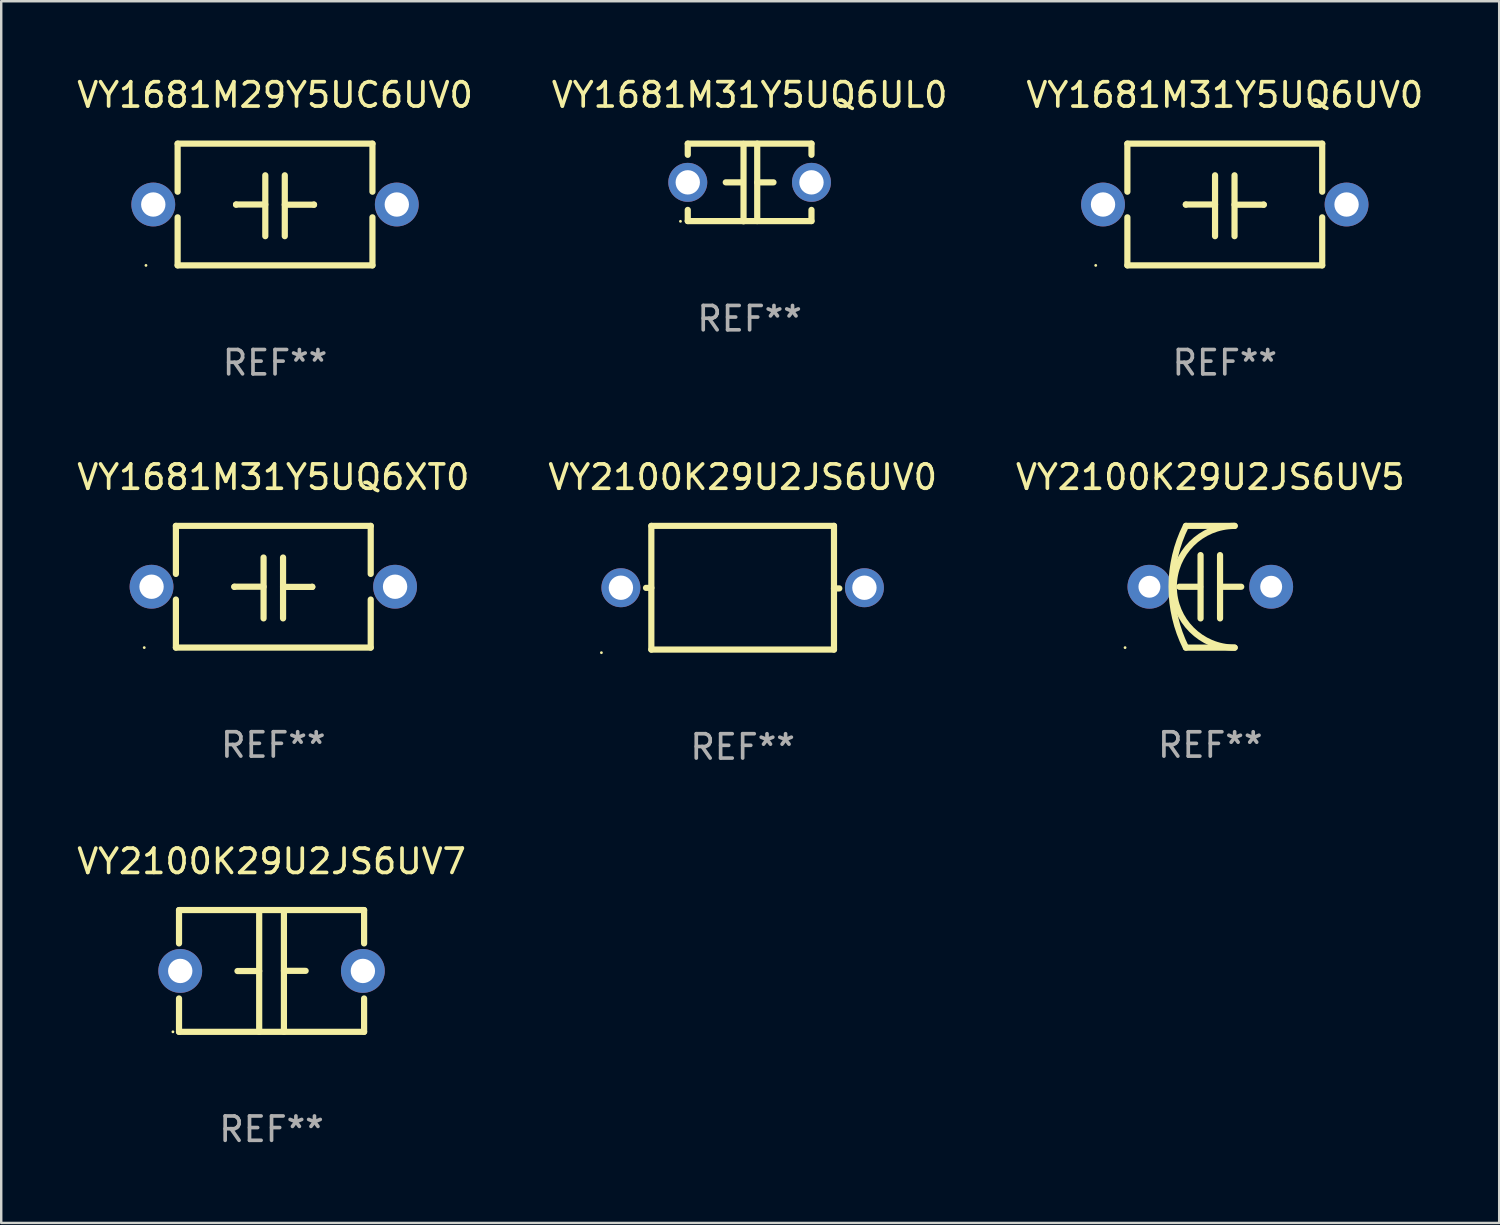
<source format=kicad_pcb>
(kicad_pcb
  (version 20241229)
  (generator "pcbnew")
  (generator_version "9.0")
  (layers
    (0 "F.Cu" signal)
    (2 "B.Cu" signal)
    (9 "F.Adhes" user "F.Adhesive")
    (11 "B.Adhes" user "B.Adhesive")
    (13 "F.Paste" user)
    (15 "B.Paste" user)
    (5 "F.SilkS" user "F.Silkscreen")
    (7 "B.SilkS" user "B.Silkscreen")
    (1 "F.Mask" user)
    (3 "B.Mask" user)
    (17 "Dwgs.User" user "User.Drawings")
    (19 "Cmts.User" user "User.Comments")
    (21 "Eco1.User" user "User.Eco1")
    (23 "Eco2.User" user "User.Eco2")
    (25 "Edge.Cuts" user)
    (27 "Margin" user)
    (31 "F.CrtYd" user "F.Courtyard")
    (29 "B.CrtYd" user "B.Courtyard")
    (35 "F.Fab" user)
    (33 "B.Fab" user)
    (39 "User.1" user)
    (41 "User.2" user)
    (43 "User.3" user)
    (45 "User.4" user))
  (footprint "VY1681M29Y5UC6UV0"
    (layer "F.Cu")
    (at 8.244 5.348)
    (property "Reference" "VY1681M29Y5UC6UV0" (at 0 -4.499 0) (layer "F.SilkS") (effects (font (size 1 1) (thickness 0.15))))
    (attr through_hole)
    (fp_line (start -4 -2.499) (end -4 -0.526) (stroke (width 0.254) (type solid)) (layer "F.SilkS"))
    (fp_line (start -4 -2.499) (end 4 -2.499) (stroke (width 0.254) (type solid)) (layer "F.SilkS"))
    (fp_line (start -4 0.526) (end -4 2.499) (stroke (width 0.254) (type solid)) (layer "F.SilkS"))
    (fp_line (start -1.6 0) (end -1.6 0.007) (stroke (width 0.254) (type solid)) (layer "F.SilkS"))
    (fp_line (start -0.4 0) (end -1.6 0) (stroke (width 0.254) (type solid)) (layer "F.SilkS"))
    (fp_line (start -0.4 1.3) (end -0.4 -1.2) (stroke (width 0.254) (type solid)) (layer "F.SilkS"))
    (fp_line (start 0.4 -1.2) (end 0.4 1.3) (stroke (width 0.254) (type solid)) (layer "F.SilkS"))
    (fp_line (start 0.4 0.007) (end 1.6 0.007) (stroke (width 0.254) (type solid)) (layer "F.SilkS"))
    (fp_line (start 1.6 0.007) (end 1.6 0) (stroke (width 0.254) (type solid)) (layer "F.SilkS"))
    (fp_line (start 4 -2.499) (end 4 -0.526) (stroke (width 0.254) (type solid)) (layer "F.SilkS"))
    (fp_line (start 4 0.526) (end 4 2.499) (stroke (width 0.254) (type solid)) (layer "F.SilkS"))
    (fp_line (start 4 2.499) (end -4 2.499) (stroke (width 0.254) (type solid)) (layer "F.SilkS"))
    (fp_circle (center -5.3 2.5) (end -5.27 2.5) (stroke (width 0.06) (type solid)) (fill no) (layer "F.SilkS"))
    (fp_text user "REF**" (at 0 6.499 0) (layer "F.Fab") (effects (font (size 1 1) (thickness 0.15))))
    (pad "1" thru_hole circle (at -5 0) (size 1.8 1.8) (drill 1) (layers "*.Cu" "*.Mask"))
    (pad "2" thru_hole circle (at 5 0) (size 1.8 1.8) (drill 1) (layers "*.Cu" "*.Mask")))
  (footprint "VY1681M31Y5UQ6XT0"
    (layer "F.Cu")
    (at 8.173 21.043)
    (property "Reference" "VY1681M31Y5UQ6XT0" (at 0 -4.499 0) (layer "F.SilkS") (effects (font (size 1 1) (thickness 0.15))))
    (attr through_hole)
    (fp_line (start -4 -2.499) (end -4 -0.526) (stroke (width 0.254) (type solid)) (layer "F.SilkS"))
    (fp_line (start -4 -2.499) (end 4 -2.499) (stroke (width 0.254) (type solid)) (layer "F.SilkS"))
    (fp_line (start -4 0.526) (end -4 2.499) (stroke (width 0.254) (type solid)) (layer "F.SilkS"))
    (fp_line (start -1.6 0) (end -1.6 0.007) (stroke (width 0.254) (type solid)) (layer "F.SilkS"))
    (fp_line (start -0.4 0) (end -1.6 0) (stroke (width 0.254) (type solid)) (layer "F.SilkS"))
    (fp_line (start -0.4 1.3) (end -0.4 -1.2) (stroke (width 0.254) (type solid)) (layer "F.SilkS"))
    (fp_line (start 0.4 -1.2) (end 0.4 1.3) (stroke (width 0.254) (type solid)) (layer "F.SilkS"))
    (fp_line (start 0.4 0.007) (end 1.6 0.007) (stroke (width 0.254) (type solid)) (layer "F.SilkS"))
    (fp_line (start 1.6 0.007) (end 1.6 0) (stroke (width 0.254) (type solid)) (layer "F.SilkS"))
    (fp_line (start 4 -2.499) (end 4 -0.526) (stroke (width 0.254) (type solid)) (layer "F.SilkS"))
    (fp_line (start 4 0.526) (end 4 2.499) (stroke (width 0.254) (type solid)) (layer "F.SilkS"))
    (fp_line (start 4 2.499) (end -4 2.499) (stroke (width 0.254) (type solid)) (layer "F.SilkS"))
    (fp_circle (center -5.3 2.5) (end -5.27 2.5) (stroke (width 0.06) (type solid)) (fill no) (layer "F.SilkS"))
    (fp_text user "REF**" (at 0 6.499 0) (layer "F.Fab") (effects (font (size 1 1) (thickness 0.15))))
    (pad "1" thru_hole circle (at -5 0) (size 1.8 1.8) (drill 1) (layers "*.Cu" "*.Mask"))
    (pad "2" thru_hole circle (at 5 0) (size 1.8 1.8) (drill 1) (layers "*.Cu" "*.Mask")))
  (footprint "VY2100K29U2JS6UV5"
    (layer "F.Cu")
    (at 46.649 21.044)
    (property "Reference" "VY2100K29U2JS6UV5" (at 0 -4.5 0) (layer "F.SilkS") (effects (font (size 1 1) (thickness 0.15))))
    (attr through_hole)
    (fp_line (start -1 -2.5) (end 1 -2.5) (stroke (width 0.254) (type solid)) (layer "F.SilkS"))
    (fp_line (start -1 2.5) (end 1 2.5) (stroke (width 0.254) (type solid)) (layer "F.SilkS"))
    (fp_line (start -0.416 0) (end -1.27 0) (stroke (width 0.254) (type solid)) (layer "F.SilkS"))
    (fp_line (start -0.4 -1.3) (end -0.4 1.3) (stroke (width 0.254) (type solid)) (layer "F.SilkS"))
    (fp_line (start 0.4 1.3) (end 0.4 -1.3) (stroke (width 0.254) (type solid)) (layer "F.SilkS"))
    (fp_line (start 0.416 0) (end 1.27 0) (stroke (width 0.254) (type solid)) (layer "F.SilkS"))
    (fp_arc (start -1.000762 2.499365) (mid -1.590595 -0.000407) (end -1 -2.5) (stroke (width 0.254001) (type solid)) (layer "F.SilkS"))
    (fp_arc (start 1 2.5) (mid -1.498907 -0.000064) (end 1.000763 -2.499364) (stroke (width 0.254001) (type solid)) (layer "F.SilkS"))
    (fp_circle (center -3.5 2.5) (end -3.47 2.5) (stroke (width 0.06) (type solid)) (fill no) (layer "F.SilkS"))
    (fp_text user "REF**" (at 0 6.5 0) (layer "F.Fab") (effects (font (size 1 1) (thickness 0.15))))
    (pad "1" thru_hole circle (at -2.5 0) (size 1.8 1.8) (drill 0.9) (layers "*.Cu" "*.Mask"))
    (pad "2" thru_hole circle (at 2.5 0) (size 1.8 1.8) (drill 0.9) (layers "*.Cu" "*.Mask")))
  (footprint "VY1681M31Y5UQ6UL0"
    (layer "F.Cu")
    (at 27.732 4.443)
    (property "Reference" "VY1681M31Y5UQ6UL0" (at 0 -3.595 0) (layer "F.SilkS") (effects (font (size 1 1) (thickness 0.15))))
    (attr through_hole)
    (fp_line (start -2.54 -1.595) (end -2.54 -1.136) (stroke (width 0.254) (type solid)) (layer "F.SilkS"))
    (fp_line (start -2.54 -1.595) (end 2.54 -1.595) (stroke (width 0.254) (type solid)) (layer "F.SilkS"))
    (fp_line (start -2.54 1.126) (end -2.54 1.585) (stroke (width 0.254) (type solid)) (layer "F.SilkS"))
    (fp_line (start -0.312 -0.005) (end -0.98 -0.005) (stroke (width 0.254) (type solid)) (layer "F.SilkS"))
    (fp_line (start -0.25 -1.585) (end -0.25 1.595) (stroke (width 0.254) (type solid)) (layer "F.SilkS"))
    (fp_line (start 0.312 -1.595) (end 0.312 1.585) (stroke (width 0.254) (type solid)) (layer "F.SilkS"))
    (fp_line (start 0.312 -0.005) (end 0.98 -0.005) (stroke (width 0.254) (type solid)) (layer "F.SilkS"))
    (fp_line (start 2.54 -1.595) (end 2.54 -1.136) (stroke (width 0.254) (type solid)) (layer "F.SilkS"))
    (fp_line (start 2.54 1.126) (end 2.54 1.585) (stroke (width 0.254) (type solid)) (layer "F.SilkS"))
    (fp_line (start 2.54 1.585) (end -2.54 1.585) (stroke (width 0.254) (type solid)) (layer "F.SilkS"))
    (fp_circle (center -2.84 1.595) (end -2.81 1.595) (stroke (width 0.06) (type solid)) (fill no) (layer "F.SilkS"))
    (fp_text user "REF**" (at 0 5.595 0) (layer "F.Fab") (effects (font (size 1 1) (thickness 0.15))))
    (pad "1" thru_hole circle (at -2.54 -0.005) (size 1.6 1.6) (drill 1) (layers "*.Cu" "*.Mask"))
    (pad "2" thru_hole circle (at 2.54 -0.005) (size 1.6 1.6) (drill 1) (layers "*.Cu" "*.Mask")))
  (footprint "VY1681M31Y5UQ6UV0"
    (layer "F.Cu")
    (at 47.244 5.348)
    (property "Reference" "VY1681M31Y5UQ6UV0" (at 0 -4.499 0) (layer "F.SilkS") (effects (font (size 1 1) (thickness 0.15))))
    (attr through_hole)
    (fp_line (start -4 -2.499) (end -4 -0.526) (stroke (width 0.254) (type solid)) (layer "F.SilkS"))
    (fp_line (start -4 -2.499) (end 4 -2.499) (stroke (width 0.254) (type solid)) (layer "F.SilkS"))
    (fp_line (start -4 0.526) (end -4 2.499) (stroke (width 0.254) (type solid)) (layer "F.SilkS"))
    (fp_line (start -1.6 0) (end -1.6 0.007) (stroke (width 0.254) (type solid)) (layer "F.SilkS"))
    (fp_line (start -0.4 0) (end -1.6 0) (stroke (width 0.254) (type solid)) (layer "F.SilkS"))
    (fp_line (start -0.4 1.3) (end -0.4 -1.2) (stroke (width 0.254) (type solid)) (layer "F.SilkS"))
    (fp_line (start 0.4 -1.2) (end 0.4 1.3) (stroke (width 0.254) (type solid)) (layer "F.SilkS"))
    (fp_line (start 0.4 0.007) (end 1.6 0.007) (stroke (width 0.254) (type solid)) (layer "F.SilkS"))
    (fp_line (start 1.6 0.007) (end 1.6 0) (stroke (width 0.254) (type solid)) (layer "F.SilkS"))
    (fp_line (start 4 -2.499) (end 4 -0.526) (stroke (width 0.254) (type solid)) (layer "F.SilkS"))
    (fp_line (start 4 0.526) (end 4 2.499) (stroke (width 0.254) (type solid)) (layer "F.SilkS"))
    (fp_line (start 4 2.499) (end -4 2.499) (stroke (width 0.254) (type solid)) (layer "F.SilkS"))
    (fp_circle (center -5.3 2.5) (end -5.27 2.5) (stroke (width 0.06) (type solid)) (fill no) (layer "F.SilkS"))
    (fp_text user "REF**" (at 0 6.499 0) (layer "F.Fab") (effects (font (size 1 1) (thickness 0.15))))
    (pad "1" thru_hole circle (at -5 0) (size 1.8 1.8) (drill 1) (layers "*.Cu" "*.Mask"))
    (pad "2" thru_hole circle (at 5 0) (size 1.8 1.8) (drill 1) (layers "*.Cu" "*.Mask")))
  (footprint "VY2100K29U2JS6UV0"
    (layer "F.Cu")
    (at 27.446 21.084)
    (property "Reference" "VY2100K29U2JS6UV0" (at 0 -4.54 0) (layer "F.SilkS") (effects (font (size 1 1) (thickness 0.15))))
    (attr through_hole)
    (fp_line (start -3.75 -2.54) (end 3.75 -2.54) (stroke (width 0.254) (type solid)) (layer "F.SilkS"))
    (fp_line (start -3.75 0.006) (end -3.969 0.006) (stroke (width 0.254) (type solid)) (layer "F.SilkS"))
    (fp_line (start -3.75 2.54) (end -3.75 -2.54) (stroke (width 0.254) (type solid)) (layer "F.SilkS"))
    (fp_line (start 3.75 -2.54) (end 3.75 2.54) (stroke (width 0.254) (type solid)) (layer "F.SilkS"))
    (fp_line (start 3.75 0.028) (end 3.969 0.028) (stroke (width 0.254) (type solid)) (layer "F.SilkS"))
    (fp_line (start 3.75 2.54) (end -3.75 2.54) (stroke (width 0.254) (type solid)) (layer "F.SilkS"))
    (fp_circle (center -5.8 2.667) (end -5.77 2.667) (stroke (width 0.06) (type solid)) (fill no) (layer "F.SilkS"))
    (fp_text user "REF**" (at 0 6.54 0) (layer "F.Fab") (effects (font (size 1 1) (thickness 0.15))))
    (pad "1" thru_hole circle (at -5 0) (size 1.6 1.6) (drill 1) (layers "*.Cu" "*.Mask"))
    (pad "2" thru_hole circle (at 5 0) (size 1.6 1.6) (drill 1) (layers "*.Cu" "*.Mask")))
  (footprint "VY2100K29U2JS6UV7"
    (layer "F.Cu")
    (at 8.101 36.82)
    (property "Reference" "VY2100K29U2JS6UV7" (at 0 -4.5 0) (layer "F.SilkS") (effects (font (size 1 1) (thickness 0.15))))
    (attr through_hole)
    (fp_line (start -3.8 -2.5) (end -3.8 -1.13) (stroke (width 0.254) (type solid)) (layer "F.SilkS"))
    (fp_line (start -3.8 -2.5) (end 3.8 -2.5) (stroke (width 0.254) (type solid)) (layer "F.SilkS"))
    (fp_line (start -3.8 1.13) (end -3.8 2.5) (stroke (width 0.254) (type solid)) (layer "F.SilkS"))
    (fp_line (start -3.8 2.5) (end 3.8 2.5) (stroke (width 0.254) (type solid)) (layer "F.SilkS"))
    (fp_line (start -0.508 0.004) (end -1.4 0.004) (stroke (width 0.254) (type solid)) (layer "F.SilkS"))
    (fp_line (start -0.508 2.5) (end -0.508 -2.5) (stroke (width 0.254) (type solid)) (layer "F.SilkS"))
    (fp_line (start 0.508 -2.5) (end 0.508 2.5) (stroke (width 0.254) (type solid)) (layer "F.SilkS"))
    (fp_line (start 0.508 -0.004) (end 1.4 -0.004) (stroke (width 0.254) (type solid)) (layer "F.SilkS"))
    (fp_line (start 3.8 -2.5) (end 3.8 -1.13) (stroke (width 0.254) (type solid)) (layer "F.SilkS"))
    (fp_line (start 3.8 1.13) (end 3.8 2.5) (stroke (width 0.254) (type solid)) (layer "F.SilkS"))
    (fp_circle (center -4.05 2.5) (end -4.02 2.5) (stroke (width 0.06) (type solid)) (fill no) (layer "F.SilkS"))
    (fp_text user "REF**" (at 0 6.5 0) (layer "F.Fab") (effects (font (size 1 1) (thickness 0.15))))
    (pad "1" thru_hole circle (at -3.75 0.000127) (size 1.8 1.8) (drill 1) (layers "*.Cu" "*.Mask"))
    (pad "2" thru_hole circle (at 3.75 0.000127) (size 1.8 1.8) (drill 1) (layers "*.Cu" "*.Mask")))
  (gr_rect
    (start -3 -3)
    (end 58.512 47.168)
    (stroke (width 0.1) (type default))
    (fill no)
    (layer "Edge.Cuts")))
</source>
